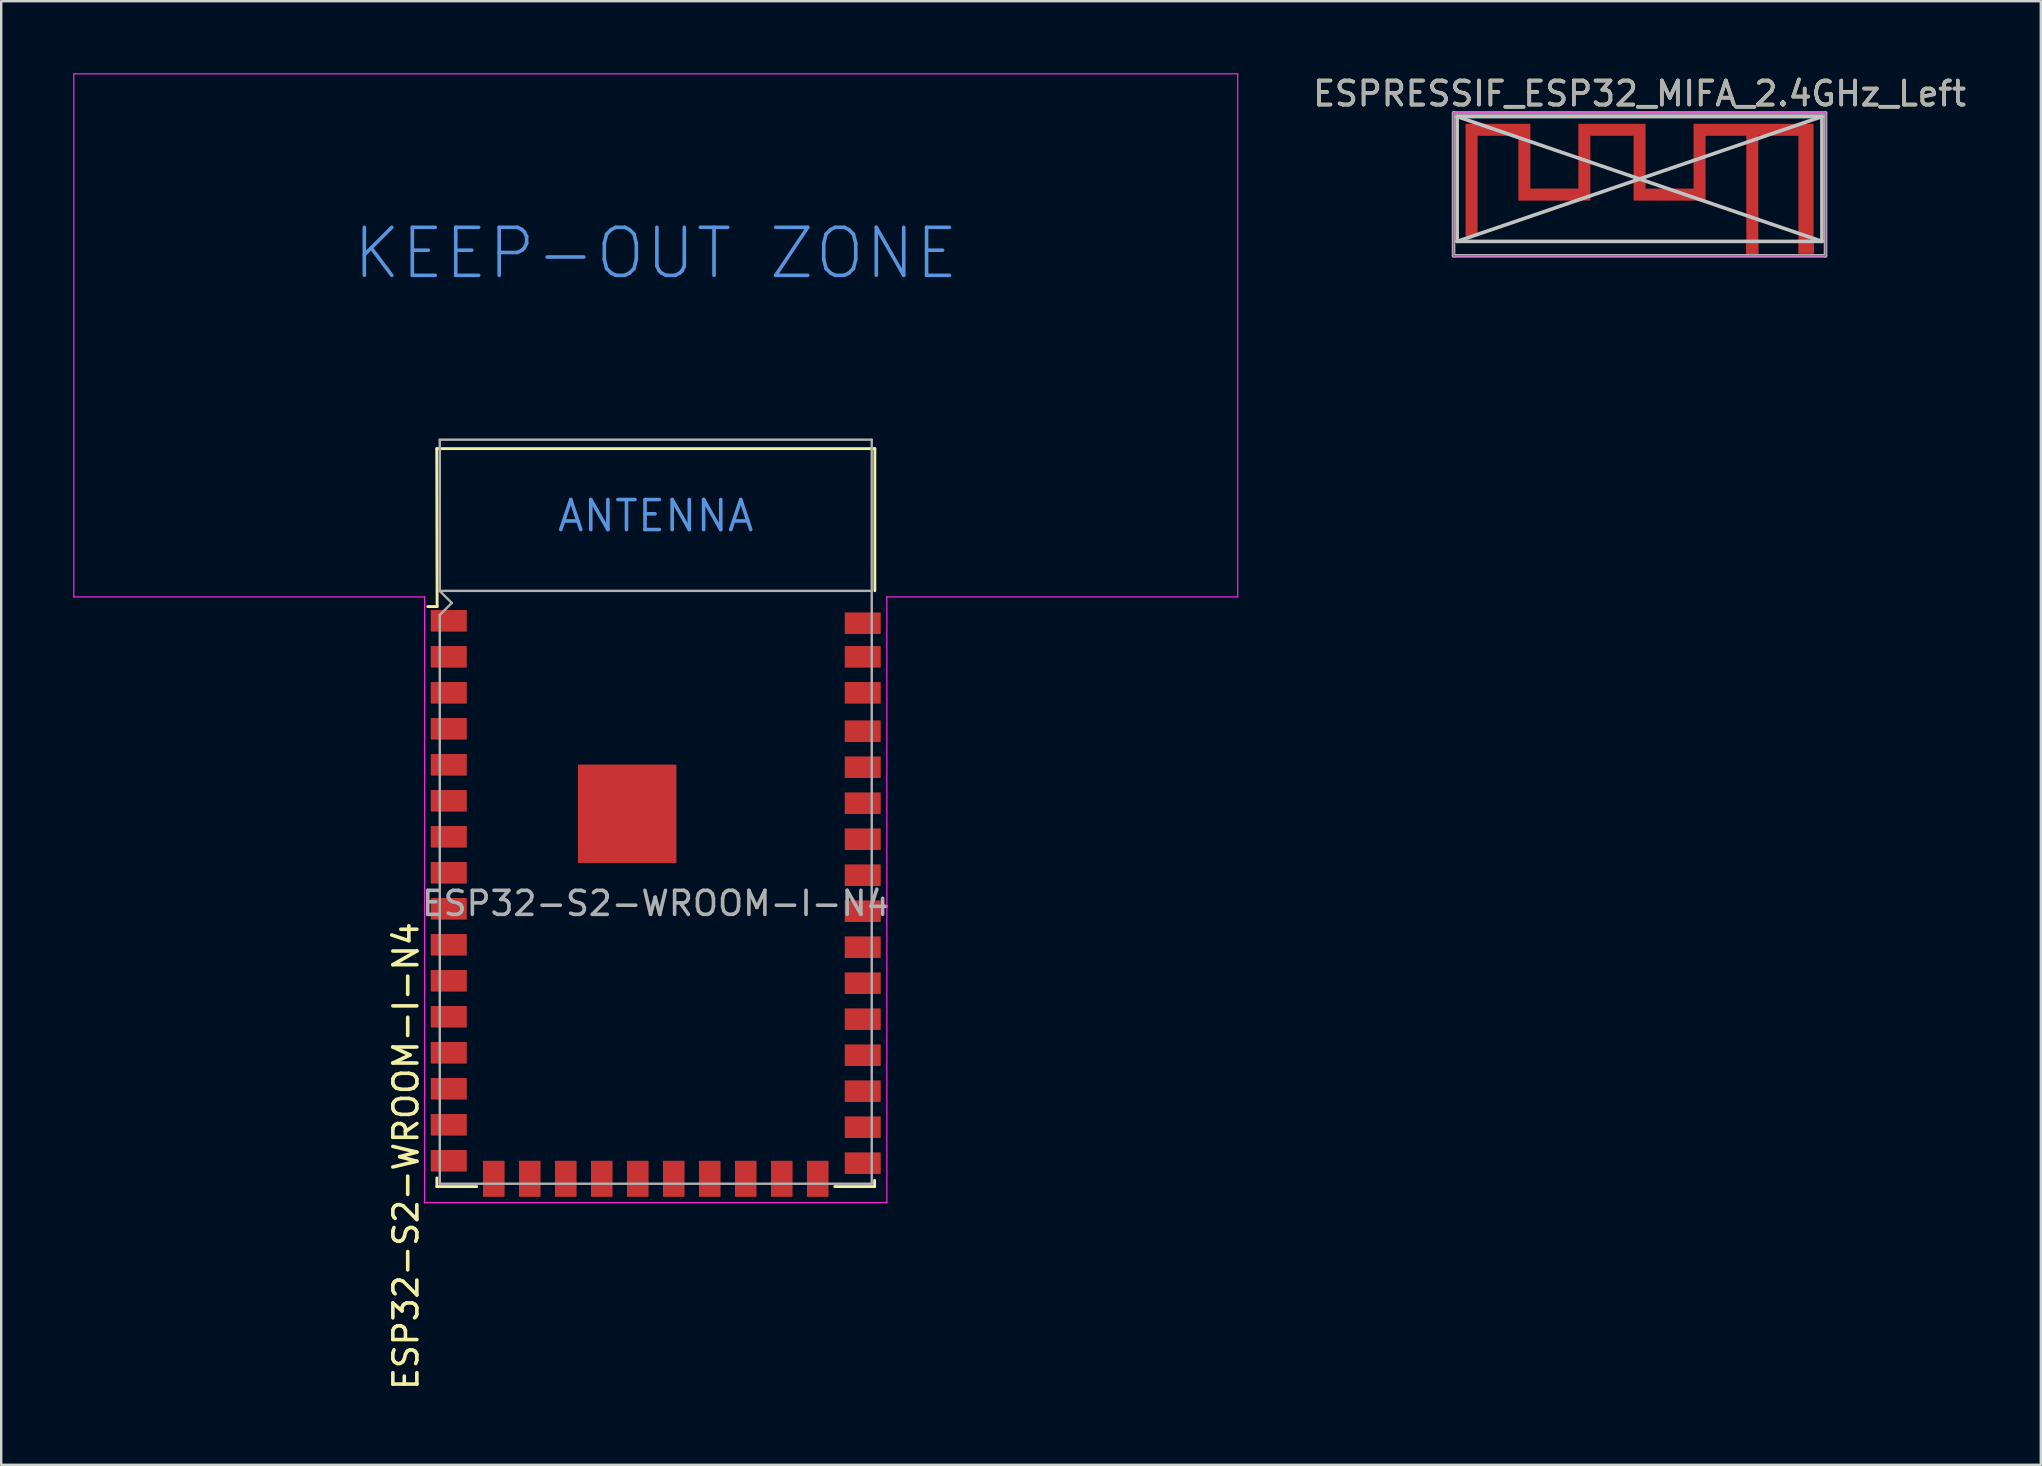
<source format=kicad_pcb>
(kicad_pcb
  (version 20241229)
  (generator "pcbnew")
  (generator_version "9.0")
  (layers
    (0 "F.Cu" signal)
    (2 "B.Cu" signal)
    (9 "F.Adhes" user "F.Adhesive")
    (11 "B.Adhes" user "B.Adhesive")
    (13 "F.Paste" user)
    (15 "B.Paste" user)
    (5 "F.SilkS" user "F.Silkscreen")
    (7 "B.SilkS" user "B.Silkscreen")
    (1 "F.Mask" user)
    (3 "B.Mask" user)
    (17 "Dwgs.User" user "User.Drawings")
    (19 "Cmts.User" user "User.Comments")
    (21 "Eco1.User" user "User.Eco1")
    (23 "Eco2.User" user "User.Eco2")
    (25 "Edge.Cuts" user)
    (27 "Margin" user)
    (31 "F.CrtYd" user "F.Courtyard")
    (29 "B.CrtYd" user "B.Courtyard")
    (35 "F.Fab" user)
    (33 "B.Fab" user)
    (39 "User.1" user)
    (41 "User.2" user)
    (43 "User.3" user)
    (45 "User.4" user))
  (footprint "ESPRESSIF_ESP32_MIFA_2.4GHz_Left"
    (layer "F.Cu")
    (at 60.72 7.258)
    (property "Reference" "ESPRESSIF_ESP32_MIFA_2.4GHz_Left" (at 4.55 -6.41 0) (layer "F.SilkS") (effects (font (size 1 1) (thickness 0.15))))
    (attr exclude_from_pos_files exclude_from_bom)
    (fp_poly (pts (xy 6.8 -2.45) (xy 4.8 -2.45) (xy 4.8 -5.15) (xy 2 -5.15) (xy 2 -2.45) (xy 0 -2.45) (xy 0 -5.15) (xy -2.7 -5.15) (xy -2.7 -0.48) (xy -2.2 -0.48) (xy -2.2 -4.65) (xy -0.5 -4.65) (xy -0.5 -1.95) (xy 2.5 -1.95) (xy 2.5 -4.65) (xy 4.3 -4.65) (xy 4.3 -1.95) (xy 7.3 -1.95) (xy 7.3 -4.65) (xy 9 -4.65) (xy 9 0.26) (xy 9.5 0.26) (xy 9.5 -4.65) (xy 11.17 -4.65) (xy 11.17 0.26) (xy 11.8 0.26) (xy 11.8 0.007) (xy 11.498 0.007) (xy 11.488 0.054) (xy 11.464 0.097) (xy 11.426 0.13) (xy 11.418 0.134) (xy 11.375 0.146) (xy 11.327 0.145) (xy 11.281 0.132) (xy 11.263 0.122) (xy 11.229 0.087) (xy 11.208 0.041) (xy 11.202 -0.008) (xy 11.21 -0.056) (xy 11.227 -0.089) (xy 11.262 -0.121) (xy 11.308 -0.141) (xy 11.357 -0.148) (xy 11.405 -0.14) (xy 11.438 -0.123) (xy 11.473 -0.086) (xy 11.493 -0.042) (xy 11.498 0.007) (xy 11.8 0.028) (xy 11.8 -5.15) (xy 6.8 -5.15) (xy 6.8 -2.51)) (stroke (width 0) (type solid)) (fill yes) (layer "F.Cu"))
    (fp_line (start -3.05 -5.45) (end 12.15 -5.45) (stroke (width 0.15) (type solid)) (layer "Dwgs.User"))
    (fp_line (start -3.05 -5.45) (end 12.15 -0.25) (stroke (width 0.15) (type solid)) (layer "Dwgs.User"))
    (fp_line (start -3.05 -0.25) (end -3.05 -5.45) (stroke (width 0.15) (type solid)) (layer "Dwgs.User"))
    (fp_line (start -3.05 -0.25) (end 12.15 -5.45) (stroke (width 0.15) (type solid)) (layer "Dwgs.User"))
    (fp_line (start -3.05 -0.25) (end 12.15 -0.25) (stroke (width 0.15) (type solid)) (layer "Dwgs.User"))
    (fp_line (start 12.15 -0.25) (end 12.15 -5.45) (stroke (width 0.15) (type solid)) (layer "Dwgs.User"))
    (fp_line (start -3.2 -5.6) (end 12.3 -5.6) (stroke (width 0.05) (type solid)) (layer "F.CrtYd"))
    (fp_line (start -3.2 0.35) (end -3.2 -5.6) (stroke (width 0.05) (type solid)) (layer "F.CrtYd"))
    (fp_line (start 12.3 -5.6) (end 12.3 0.35) (stroke (width 0.05) (type solid)) (layer "F.CrtYd"))
    (fp_line (start 12.3 0.35) (end -3.2 0.35) (stroke (width 0.05) (type solid)) (layer "F.CrtYd"))
    (fp_line (start -3.2 -5.6) (end 12.3 -5.6) (stroke (width 0.15) (type solid)) (layer "F.Fab"))
    (fp_line (start -3.2 0.35) (end -3.2 -5.6) (stroke (width 0.15) (type solid)) (layer "F.Fab"))
    (fp_line (start 12.3 -5.6) (end 12.3 0.35) (stroke (width 0.15) (type solid)) (layer "F.Fab"))
    (fp_line (start 12.3 0.35) (end -3.2 0.35) (stroke (width 0.15) (type solid)) (layer "F.Fab"))
    (fp_text user "${REFERENCE}" (at 4.55 -6.4 0) (layer "F.Fab") (effects (font (size 1 1) (thickness 0.15))))
    (pad "1" connect rect (at 9.25 0.05) (size 0.5 0.5) (layers "F.Cu"))
    (pad "2" smd rect (at 11.498 0.007) (size 0.63 0.5) (layers "F.Cu" "F.Mask")))
  (footprint "ESP32-S2-WROOM-I-N4"
    (layer "F.Cu")
    (at 24.275 34.595)
    (property "Reference" "ESP32-S2-WROOM-I-N4" (at -10.41 10.53 90) (layer "F.SilkS") (effects (font (size 1 1) (thickness 0.15))))
    (attr smd)
    (fp_line (start -9.125 -18.95) (end 9.13 -18.95) (stroke (width 0.12) (type solid)) (layer "F.SilkS"))
    (fp_line (start -9.12 11.44) (end -9.12 11.8) (stroke (width 0.12) (type solid)) (layer "F.SilkS"))
    (fp_line (start -9.12 11.8) (end -7.46 11.8) (stroke (width 0.12) (type solid)) (layer "F.SilkS"))
    (fp_line (start -9.11 -12.37) (end -9.5 -12.37) (stroke (width 0.12) (type solid)) (layer "F.SilkS"))
    (fp_line (start -9.11 -12.37) (end -9.125 -18.95) (stroke (width 0.12) (type solid)) (layer "F.SilkS"))
    (fp_line (start 9.12 11.54) (end 9.12 11.8) (stroke (width 0.12) (type solid)) (layer "F.SilkS"))
    (fp_line (start 9.12 11.8) (end 7.46 11.8) (stroke (width 0.12) (type solid)) (layer "F.SilkS"))
    (fp_line (start 9.13 -13.03) (end 9.13 -18.95) (stroke (width 0.12) (type solid)) (layer "F.SilkS"))
    (fp_line (start -24.25 -34.57) (end -24.25 -12.77) (stroke (width 0.05) (type solid)) (layer "F.CrtYd"))
    (fp_line (start -24.25 -12.77) (end -9.63 -12.77) (stroke (width 0.05) (type solid)) (layer "F.CrtYd"))
    (fp_line (start -9.63 -12.77) (end -9.63 12.47) (stroke (width 0.05) (type solid)) (layer "F.CrtYd"))
    (fp_line (start -9.63 12.47) (end 9.63 12.47) (stroke (width 0.05) (type solid)) (layer "F.CrtYd"))
    (fp_line (start 9.63 -12.77) (end 24.25 -12.77) (stroke (width 0.05) (type solid)) (layer "F.CrtYd"))
    (fp_line (start 9.63 12.47) (end 9.63 -12.77) (stroke (width 0.05) (type solid)) (layer "F.CrtYd"))
    (fp_line (start 24.25 -34.57) (end -24.25 -34.57) (stroke (width 0.05) (type solid)) (layer "F.CrtYd"))
    (fp_line (start 24.25 -12.77) (end 24.25 -34.57) (stroke (width 0.05) (type solid)) (layer "F.CrtYd"))
    (fp_line (start -9 -19.323) (end 9 -19.323) (stroke (width 0.1) (type solid)) (layer "F.Fab"))
    (fp_line (start -9 -19.32) (end -9 -13.02) (stroke (width 0.1) (type solid)) (layer "F.Fab"))
    (fp_line (start -9 -12.02) (end -9 11.68) (stroke (width 0.1) (type solid)) (layer "F.Fab"))
    (fp_line (start -9 -12.02) (end -8.5 -12.52) (stroke (width 0.1) (type solid)) (layer "F.Fab"))
    (fp_line (start -9 11.68) (end 9 11.68) (stroke (width 0.1) (type solid)) (layer "F.Fab"))
    (fp_line (start -8.5 -12.52) (end -9 -13.02) (stroke (width 0.1) (type solid)) (layer "F.Fab"))
    (fp_line (start 9 -19.32) (end 9 11.68) (stroke (width 0.1) (type solid)) (layer "F.Fab"))
    (fp_line (start 9 -13.023) (end -9 -13.023) (stroke (width 0.1) (type solid)) (layer "F.Fab"))
    (fp_text user "KEEP-OUT ZONE" (at 0 -27.09 0) (layer "Cmts.User") (effects (font (size 2 2) (thickness 0.15))))
    (fp_text user "ANTENNA" (at 0 -16.15 0) (layer "Cmts.User") (effects (font (size 1.25 1.25) (thickness 0.15))))
    (fp_text user "${REFERENCE}" (at 0 0 0) (layer "F.Fab") (effects (font (size 1 1) (thickness 0.15))))
    (pad "1" smd rect (at -8.625 -11.775) (size 1.5 0.9) (layers "F.Cu" "F.Mask" "F.Paste"))
    (pad "2" smd rect (at -8.625 -10.275) (size 1.5 0.9) (layers "F.Cu" "F.Mask" "F.Paste"))
    (pad "3" smd rect (at -8.625 -8.775) (size 1.5 0.9) (layers "F.Cu" "F.Mask" "F.Paste"))
    (pad "4" smd rect (at -8.625 -7.275) (size 1.5 0.9) (layers "F.Cu" "F.Mask" "F.Paste"))
    (pad "5" smd rect (at -8.625 -5.775) (size 1.5 0.9) (layers "F.Cu" "F.Mask" "F.Paste"))
    (pad "6" smd rect (at -8.625 -4.275) (size 1.5 0.9) (layers "F.Cu" "F.Mask" "F.Paste"))
    (pad "7" smd rect (at -8.625 -2.775) (size 1.5 0.9) (layers "F.Cu" "F.Mask" "F.Paste"))
    (pad "8" smd rect (at -8.625 -1.275) (size 1.5 0.9) (layers "F.Cu" "F.Mask" "F.Paste"))
    (pad "9" smd rect (at -8.625 0.225) (size 1.5 0.9) (layers "F.Cu" "F.Mask" "F.Paste"))
    (pad "10" smd rect (at -8.625 1.725) (size 1.5 0.9) (layers "F.Cu" "F.Mask" "F.Paste"))
    (pad "11" smd rect (at -8.625 3.225) (size 1.5 0.9) (layers "F.Cu" "F.Mask" "F.Paste"))
    (pad "12" smd rect (at -8.625 4.725) (size 1.5 0.9) (layers "F.Cu" "F.Mask" "F.Paste"))
    (pad "13" smd rect (at -8.625 6.225) (size 1.5 0.9) (layers "F.Cu" "F.Mask" "F.Paste"))
    (pad "14" smd rect (at -8.625 7.725) (size 1.5 0.9) (layers "F.Cu" "F.Mask" "F.Paste"))
    (pad "15" smd rect (at -8.625 9.225 180) (size 1.5 0.9) (layers "F.Cu" "F.Mask" "F.Paste"))
    (pad "16" smd rect (at -8.625 10.725 180) (size 1.5 0.9) (layers "F.Cu" "F.Mask" "F.Paste"))
    (pad "17" smd rect (at -6.75 11.475) (size 0.9 1.5) (layers "F.Cu" "F.Mask" "F.Paste"))
    (pad "18" smd rect (at -5.25 11.475) (size 0.9 1.5) (layers "F.Cu" "F.Mask" "F.Paste"))
    (pad "19" smd rect (at -3.75 11.475) (size 0.9 1.5) (layers "F.Cu" "F.Mask" "F.Paste"))
    (pad "20" smd rect (at -2.25 11.475) (size 0.9 1.5) (layers "F.Cu" "F.Mask" "F.Paste"))
    (pad "21" smd rect (at -0.75 11.475) (size 0.9 1.5) (layers "F.Cu" "F.Mask" "F.Paste"))
    (pad "22" smd rect (at 0.75 11.475) (size 0.9 1.5) (layers "F.Cu" "F.Mask" "F.Paste"))
    (pad "23" smd rect (at 2.25 11.475) (size 0.9 1.5) (layers "F.Cu" "F.Mask" "F.Paste"))
    (pad "24" smd rect (at 3.75 11.475) (size 0.9 1.5) (layers "F.Cu" "F.Mask" "F.Paste"))
    (pad "25" smd rect (at 5.25 11.475) (size 0.9 1.5) (layers "F.Cu" "F.Mask" "F.Paste"))
    (pad "26" smd rect (at 6.75 11.475) (size 0.9 1.5) (layers "F.Cu" "F.Mask" "F.Paste"))
    (pad "27" smd rect (at 8.625 10.825) (size 1.5 0.9) (layers "F.Cu" "F.Mask" "F.Paste"))
    (pad "28" smd rect (at 8.625 9.325) (size 1.5 0.9) (layers "F.Cu" "F.Mask" "F.Paste"))
    (pad "29" smd rect (at 8.625 7.825) (size 1.5 0.9) (layers "F.Cu" "F.Mask" "F.Paste"))
    (pad "30" smd rect (at 8.625 6.325) (size 1.5 0.9) (layers "F.Cu" "F.Mask" "F.Paste"))
    (pad "31" smd rect (at 8.625 4.825) (size 1.5 0.9) (layers "F.Cu" "F.Mask" "F.Paste"))
    (pad "32" smd rect (at 8.625 3.325) (size 1.5 0.9) (layers "F.Cu" "F.Mask" "F.Paste"))
    (pad "33" smd rect (at 8.625 1.825) (size 1.5 0.9) (layers "F.Cu" "F.Mask" "F.Paste"))
    (pad "34" smd rect (at 8.625 0.325) (size 1.5 0.9) (layers "F.Cu" "F.Mask" "F.Paste"))
    (pad "35" smd rect (at 8.625 -1.175) (size 1.5 0.9) (layers "F.Cu" "F.Mask" "F.Paste"))
    (pad "36" smd rect (at 8.625 -2.675) (size 1.5 0.9) (layers "F.Cu" "F.Mask" "F.Paste"))
    (pad "37" smd rect (at 8.625 -4.175) (size 1.5 0.9) (layers "F.Cu" "F.Mask" "F.Paste"))
    (pad "38" smd rect (at 8.625 -5.675) (size 1.5 0.9) (layers "F.Cu" "F.Mask" "F.Paste"))
    (pad "39" smd rect (at 8.625 -7.175) (size 1.5 0.9) (layers "F.Cu" "F.Mask" "F.Paste"))
    (pad "40" smd rect (at 8.625 -8.775) (size 1.5 0.9) (layers "F.Cu" "F.Mask" "F.Paste"))
    (pad "41" smd rect (at 8.625 -10.275) (size 1.5 0.9) (layers "F.Cu" "F.Mask" "F.Paste"))
    (pad "42" smd rect (at 8.625 -11.675) (size 1.5 0.9) (layers "F.Cu" "F.Mask" "F.Paste"))
    (pad "43" smd rect (at -1.19 -3.735) (size 4.1 4.1) (layers "F.Cu" "F.Mask" "F.Paste"))
    (zone (net_name "") (layers "F.Cu" "B.Cu") (hatch full 0.508) (connect_pads) (min_thickness 0.254) (filled_areas_thickness no) (keepout (tracks not_allowed) (vias not_allowed) (pads not_allowed) (copperpour not_allowed) (footprints not_allowed)) (placement (enabled no)) (fill) (polygon (pts (xy 0.275 21.572) (xy 48.275 21.572) (xy 48.275 0.272) (xy 0.275 0.272)))))
  (gr_rect
    (start -3 -3)
    (end 81.99 57.988)
    (stroke (width 0.1) (type default))
    (fill no)
    (layer "Edge.Cuts")))
</source>
